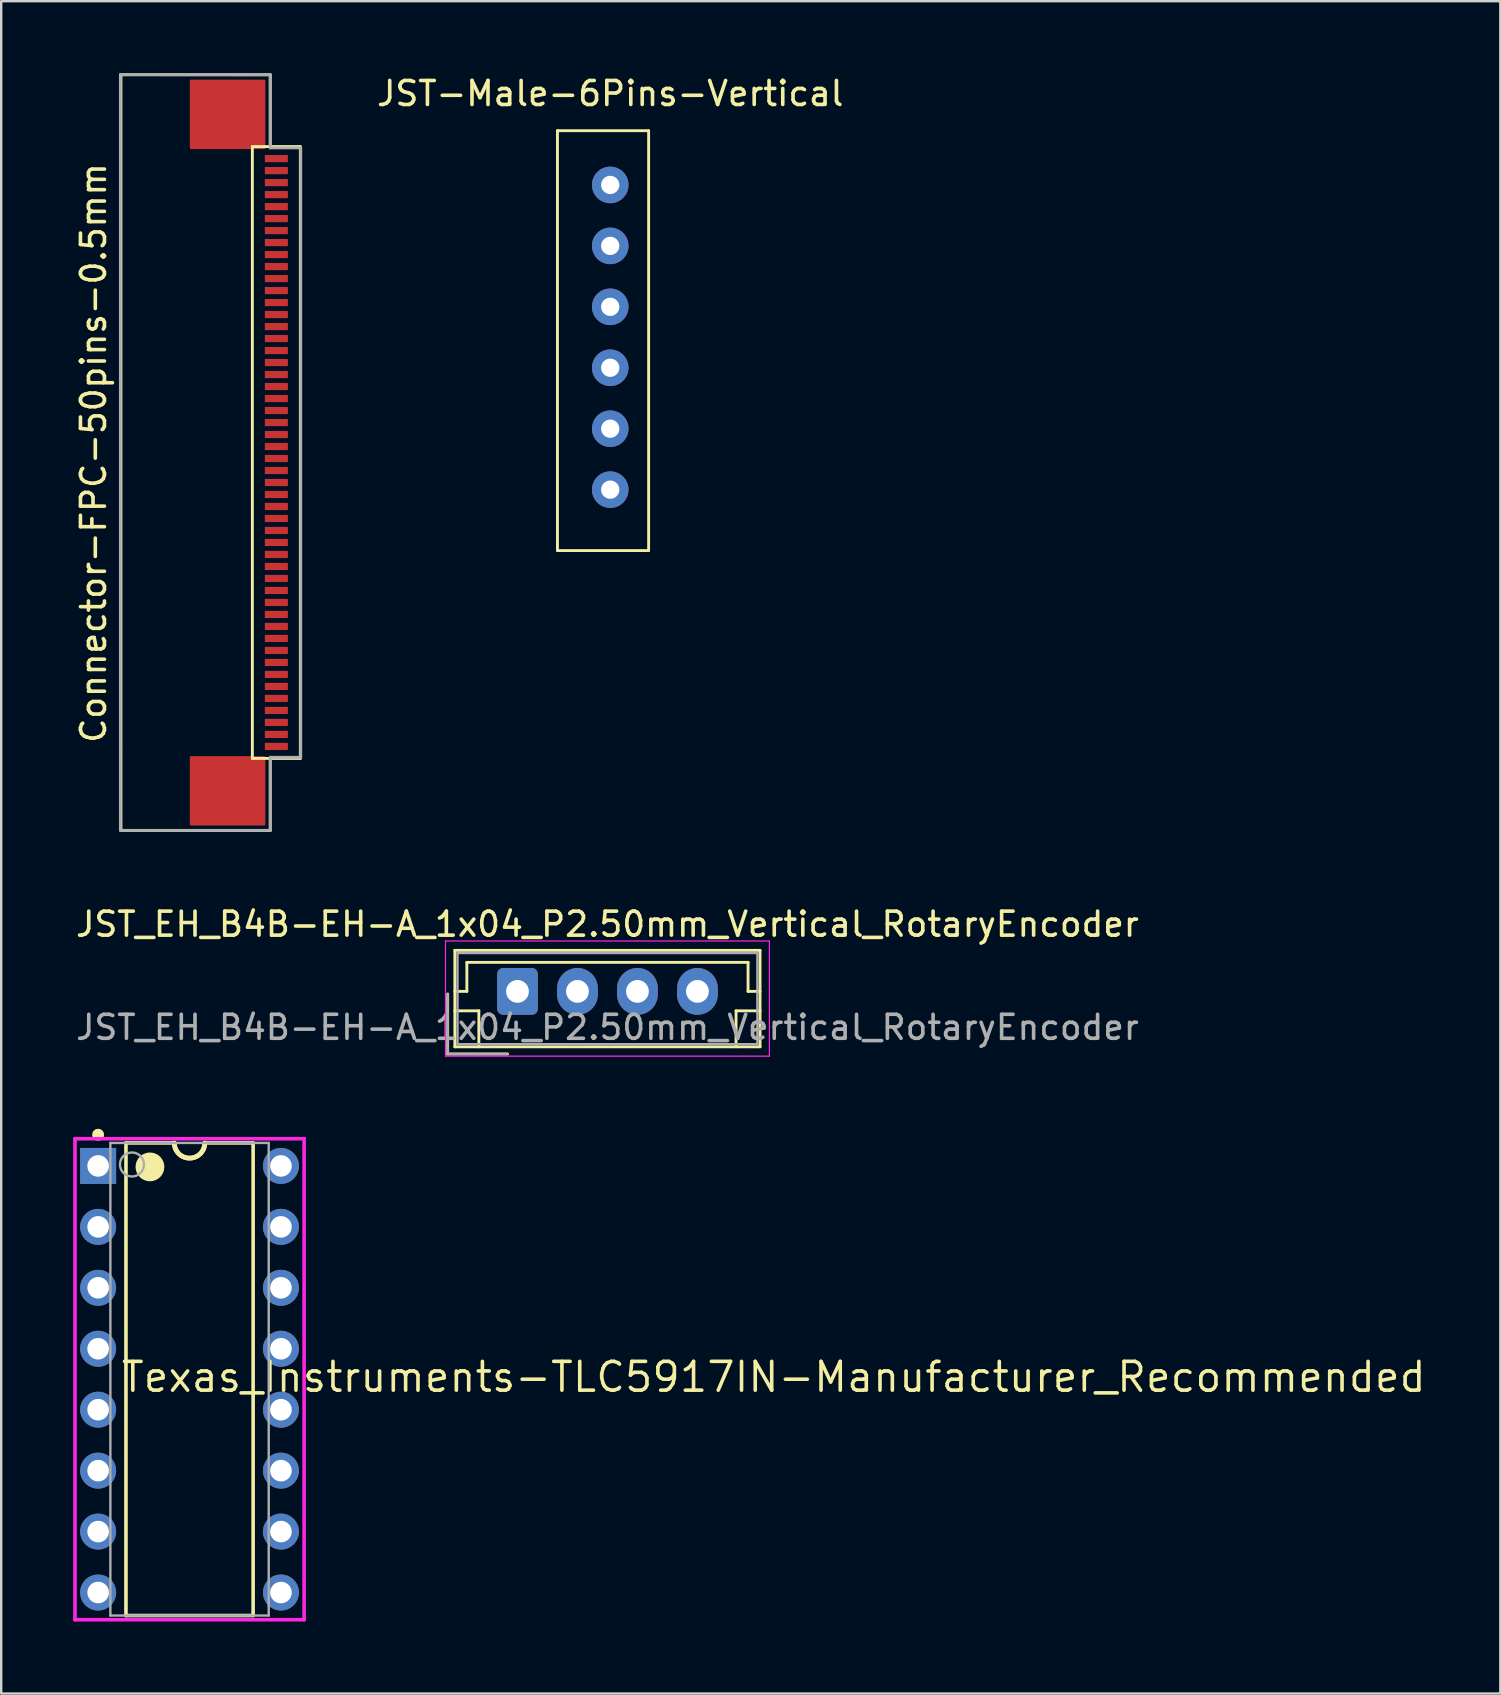
<source format=kicad_pcb>
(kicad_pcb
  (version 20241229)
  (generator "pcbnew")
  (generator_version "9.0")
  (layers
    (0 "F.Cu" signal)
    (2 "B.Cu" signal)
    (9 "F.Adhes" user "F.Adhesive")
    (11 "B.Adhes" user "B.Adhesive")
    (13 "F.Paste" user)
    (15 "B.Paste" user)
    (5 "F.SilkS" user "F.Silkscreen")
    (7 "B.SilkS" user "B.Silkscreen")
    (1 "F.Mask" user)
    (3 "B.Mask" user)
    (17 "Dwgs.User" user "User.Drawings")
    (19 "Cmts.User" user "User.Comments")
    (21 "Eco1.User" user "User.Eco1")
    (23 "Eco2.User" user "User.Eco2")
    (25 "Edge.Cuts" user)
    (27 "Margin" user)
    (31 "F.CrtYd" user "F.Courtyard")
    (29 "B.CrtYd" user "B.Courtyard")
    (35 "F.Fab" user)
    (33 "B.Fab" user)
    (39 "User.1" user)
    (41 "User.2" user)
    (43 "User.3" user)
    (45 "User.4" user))
  (footprint "Connector-FPC-50pins-0.5mm"
    (placed yes)
    (layer "F.Cu")
    (at 8.468 15.56)
    (property "Reference" "Connector-FPC-50pins-0.5mm" (at -7.62 0.27 270) (layer "F.SilkS") (effects (font (size 1 1) (thickness 0.15))))
    (attr through_hole)
    (fp_poly (pts (xy -0.508 -12.446) (xy -3.556 -12.446) (xy -3.556 -15.24) (xy -0.508 -15.24)) (stroke (width 0.1) (type solid)) (fill yes) (layer "F.Cu"))
    (fp_poly (pts (xy -0.508 15.748) (xy -3.556 15.748) (xy -3.556 12.954) (xy -0.508 12.954)) (stroke (width 0.1) (type solid)) (fill yes) (layer "F.Cu"))
    (fp_poly (pts (xy -0.508 -12.446) (xy -3.556 -12.446) (xy -3.556 -15.24) (xy -0.508 -15.24)) (stroke (width 0.1) (type solid)) (fill yes) (layer "F.Mask"))
    (fp_poly (pts (xy -0.508 15.748) (xy -3.556 15.748) (xy -3.556 12.954) (xy -0.508 12.954)) (stroke (width 0.1) (type solid)) (fill yes) (layer "F.Mask"))
    (fp_line (start -6.477 -15.494) (end -6.477 16.002) (stroke (width 0.12) (type solid)) (layer "F.SilkS"))
    (fp_line (start -6.477 16.002) (end -0.254 16.002) (stroke (width 0.12) (type solid)) (layer "F.SilkS"))
    (fp_line (start -1 -12.5) (end -1 13) (stroke (width 0.12) (type solid)) (layer "F.SilkS"))
    (fp_line (start -1 13) (end 1 13) (stroke (width 0.12) (type solid)) (layer "F.SilkS"))
    (fp_line (start -0.254 -15.494) (end -6.477 -15.494) (stroke (width 0.12) (type solid)) (layer "F.SilkS"))
    (fp_line (start -0.254 -12.573) (end -0.254 -15.494) (stroke (width 0.12) (type solid)) (layer "F.SilkS"))
    (fp_line (start -0.254 16.002) (end -0.254 13.081) (stroke (width 0.12) (type solid)) (layer "F.SilkS"))
    (fp_line (start 1 -12.5) (end -1 -12.5) (stroke (width 0.12) (type solid)) (layer "F.SilkS"))
    (fp_line (start 1 13) (end 1 -12.5) (stroke (width 0.12) (type solid)) (layer "F.SilkS"))
    (fp_poly (pts (xy -0.508 -12.446) (xy -3.556 -12.446) (xy -3.556 -15.24) (xy -0.508 -15.24)) (stroke (width 0.1) (type solid)) (fill yes) (layer "F.Paste"))
    (fp_poly (pts (xy -0.508 15.748) (xy -3.556 15.748) (xy -3.556 12.954) (xy -0.508 12.954)) (stroke (width 0.1) (type solid)) (fill yes) (layer "F.Paste"))
    (fp_line (start -6.5 -15.5) (end -6.5 12.5) (stroke (width 0.12) (type solid)) (layer "F.Fab"))
    (fp_line (start -6.5 12.5) (end -6.5 16) (stroke (width 0.12) (type solid)) (layer "F.Fab"))
    (fp_line (start -6.5 16) (end -0.254 16) (stroke (width 0.12) (type solid)) (layer "F.Fab"))
    (fp_line (start -0.254 -15.494) (end -6.5 -15.5) (stroke (width 0.12) (type solid)) (layer "F.Fab"))
    (fp_line (start -0.254 -12.446) (end -0.254 -15.494) (stroke (width 0.12) (type solid)) (layer "F.Fab"))
    (fp_line (start -0.254 -12.446) (end 1.016 -12.446) (stroke (width 0.12) (type solid)) (layer "F.Fab"))
    (fp_line (start -0.254 12.954) (end -0.254 16) (stroke (width 0.12) (type solid)) (layer "F.Fab"))
    (fp_line (start 1.016 -12.446) (end 1.016 12.954) (stroke (width 0.12) (type solid)) (layer "F.Fab"))
    (fp_line (start 1.016 12.954) (end -0.254 12.954) (stroke (width 0.12) (type solid)) (layer "F.Fab"))
    (pad "1" smd rect (at 0 -12) (size 0.96 0.3) (layers "F.Cu" "F.Mask" "F.Paste"))
    (pad "2" smd rect (at 0 -11.5) (size 0.96 0.3) (layers "F.Cu" "F.Mask" "F.Paste"))
    (pad "3" smd rect (at 0 -11) (size 0.96 0.3) (layers "F.Cu" "F.Mask" "F.Paste"))
    (pad "4" smd rect (at 0 -10.5) (size 0.96 0.3) (layers "F.Cu" "F.Mask" "F.Paste"))
    (pad "5" smd rect (at 0 -10) (size 0.96 0.3) (layers "F.Cu" "F.Mask" "F.Paste"))
    (pad "6" smd rect (at 0 -9.5) (size 0.96 0.3) (layers "F.Cu" "F.Mask" "F.Paste"))
    (pad "7" smd rect (at 0 -9) (size 0.96 0.3) (layers "F.Cu" "F.Mask" "F.Paste"))
    (pad "8" smd rect (at 0 -8.5) (size 0.96 0.3) (layers "F.Cu" "F.Mask" "F.Paste"))
    (pad "9" smd rect (at 0 -8) (size 0.96 0.3) (layers "F.Cu" "F.Mask" "F.Paste"))
    (pad "10" smd rect (at 0 -7.5) (size 0.96 0.3) (layers "F.Cu" "F.Mask" "F.Paste"))
    (pad "11" smd rect (at 0 -7) (size 0.96 0.3) (layers "F.Cu" "F.Mask" "F.Paste"))
    (pad "12" smd rect (at 0 -6.5) (size 0.96 0.3) (layers "F.Cu" "F.Mask" "F.Paste"))
    (pad "13" smd rect (at 0 -6) (size 0.96 0.3) (layers "F.Cu" "F.Mask" "F.Paste"))
    (pad "14" smd rect (at 0 -5.5) (size 0.96 0.3) (layers "F.Cu" "F.Mask" "F.Paste"))
    (pad "15" smd rect (at 0 -5) (size 0.96 0.3) (layers "F.Cu" "F.Mask" "F.Paste"))
    (pad "16" smd rect (at 0 -4.5) (size 0.96 0.3) (layers "F.Cu" "F.Mask" "F.Paste"))
    (pad "17" smd rect (at 0 -4) (size 0.96 0.3) (layers "F.Cu" "F.Mask" "F.Paste"))
    (pad "18" smd rect (at 0 -3.5) (size 0.96 0.3) (layers "F.Cu" "F.Mask" "F.Paste"))
    (pad "19" smd rect (at 0 -3) (size 0.96 0.3) (layers "F.Cu" "F.Mask" "F.Paste"))
    (pad "20" smd rect (at 0 -2.5) (size 0.96 0.3) (layers "F.Cu" "F.Mask" "F.Paste"))
    (pad "21" smd rect (at 0 -2) (size 0.96 0.3) (layers "F.Cu" "F.Mask" "F.Paste"))
    (pad "22" smd rect (at 0 -1.5) (size 0.96 0.3) (layers "F.Cu" "F.Mask" "F.Paste"))
    (pad "23" smd rect (at 0 -1) (size 0.96 0.3) (layers "F.Cu" "F.Mask" "F.Paste"))
    (pad "24" smd rect (at 0 -0.5) (size 0.96 0.3) (layers "F.Cu" "F.Mask" "F.Paste"))
    (pad "25" smd rect (at 0 0) (size 0.96 0.3) (layers "F.Cu" "F.Mask" "F.Paste"))
    (pad "26" smd rect (at 0 0.5) (size 0.96 0.3) (layers "F.Cu" "F.Mask" "F.Paste"))
    (pad "27" smd rect (at 0 1) (size 0.96 0.3) (layers "F.Cu" "F.Mask" "F.Paste"))
    (pad "28" smd rect (at 0 1.5) (size 0.96 0.3) (layers "F.Cu" "F.Mask" "F.Paste"))
    (pad "29" smd rect (at 0 2) (size 0.96 0.3) (layers "F.Cu" "F.Mask" "F.Paste"))
    (pad "30" smd rect (at 0 2.5) (size 0.96 0.3) (layers "F.Cu" "F.Mask" "F.Paste"))
    (pad "31" smd rect (at 0 3) (size 0.96 0.3) (layers "F.Cu" "F.Mask" "F.Paste"))
    (pad "32" smd rect (at 0 3.5) (size 0.96 0.3) (layers "F.Cu" "F.Mask" "F.Paste"))
    (pad "33" smd rect (at 0 4) (size 0.96 0.3) (layers "F.Cu" "F.Mask" "F.Paste"))
    (pad "34" smd rect (at 0 4.5) (size 0.96 0.3) (layers "F.Cu" "F.Mask" "F.Paste"))
    (pad "35" smd rect (at 0 5) (size 0.96 0.3) (layers "F.Cu" "F.Mask" "F.Paste"))
    (pad "36" smd rect (at 0 5.5) (size 0.96 0.3) (layers "F.Cu" "F.Mask" "F.Paste"))
    (pad "37" smd rect (at 0 6) (size 0.96 0.3) (layers "F.Cu" "F.Mask" "F.Paste"))
    (pad "38" smd rect (at 0 6.5) (size 0.96 0.3) (layers "F.Cu" "F.Mask" "F.Paste"))
    (pad "39" smd rect (at 0 7) (size 0.96 0.3) (layers "F.Cu" "F.Mask" "F.Paste"))
    (pad "40" smd rect (at 0 7.5) (size 0.96 0.3) (layers "F.Cu" "F.Mask" "F.Paste"))
    (pad "41" smd rect (at 0 8) (size 0.96 0.3) (layers "F.Cu" "F.Mask" "F.Paste"))
    (pad "42" smd rect (at 0 8.5) (size 0.96 0.3) (layers "F.Cu" "F.Mask" "F.Paste"))
    (pad "43" smd rect (at 0 9) (size 0.96 0.3) (layers "F.Cu" "F.Mask" "F.Paste"))
    (pad "44" smd rect (at 0 9.5) (size 0.96 0.3) (layers "F.Cu" "F.Mask" "F.Paste"))
    (pad "45" smd rect (at 0 10) (size 0.96 0.3) (layers "F.Cu" "F.Mask" "F.Paste"))
    (pad "46" smd rect (at 0 10.5) (size 0.96 0.3) (layers "F.Cu" "F.Mask" "F.Paste"))
    (pad "47" smd rect (at 0 11) (size 0.96 0.3) (layers "F.Cu" "F.Mask" "F.Paste"))
    (pad "48" smd rect (at 0 11.5) (size 0.96 0.3) (layers "F.Cu" "F.Mask" "F.Paste"))
    (pad "49" smd rect (at 0 12) (size 0.96 0.3) (layers "F.Cu" "F.Mask" "F.Paste"))
    (pad "50" smd rect (at 0 12.5) (size 0.96 0.3) (layers "F.Cu" "F.Mask" "F.Paste")))
  (footprint "Texas_Instruments-TLC5917IN-Manufacturer_Recommended"
    (layer "F.Cu")
    (at 4.85 54.435)
    (property "Reference" "Texas_Instruments-TLC5917IN-Manufacturer_Recommended" (at -2.921 -0.092 0) (layer "F.SilkS") (effects (font (size 1.2 1.2) (thickness 0.15)) (justify left)))
    (attr through_hole)
    (fp_line (start -2.65 -9.85) (end -0.635 -9.85) (stroke (width 0.15) (type solid)) (layer "F.SilkS"))
    (fp_line (start -2.65 9.85) (end -2.65 -9.85) (stroke (width 0.15) (type solid)) (layer "F.SilkS"))
    (fp_line (start -2.65 9.85) (end 2.65 9.85) (stroke (width 0.15) (type solid)) (layer "F.SilkS"))
    (fp_line (start -0.635 -9.85) (end -0.627 -9.751) (stroke (width 0.2) (type solid)) (layer "F.SilkS"))
    (fp_line (start -0.627 -9.751) (end -0.604 -9.654) (stroke (width 0.2) (type solid)) (layer "F.SilkS"))
    (fp_line (start -0.604 -9.654) (end -0.566 -9.562) (stroke (width 0.2) (type solid)) (layer "F.SilkS"))
    (fp_line (start -0.566 -9.562) (end -0.514 -9.477) (stroke (width 0.2) (type solid)) (layer "F.SilkS"))
    (fp_line (start -0.514 -9.477) (end -0.449 -9.401) (stroke (width 0.2) (type solid)) (layer "F.SilkS"))
    (fp_line (start -0.449 -9.401) (end -0.373 -9.336) (stroke (width 0.2) (type solid)) (layer "F.SilkS"))
    (fp_line (start -0.373 -9.336) (end -0.288 -9.284) (stroke (width 0.2) (type solid)) (layer "F.SilkS"))
    (fp_line (start -0.288 -9.284) (end -0.196 -9.246) (stroke (width 0.2) (type solid)) (layer "F.SilkS"))
    (fp_line (start -0.196 -9.246) (end -0.099 -9.223) (stroke (width 0.2) (type solid)) (layer "F.SilkS"))
    (fp_line (start -0.099 -9.223) (end 0 -9.215) (stroke (width 0.2) (type solid)) (layer "F.SilkS"))
    (fp_line (start 0 -9.215) (end 0.099 -9.223) (stroke (width 0.2) (type solid)) (layer "F.SilkS"))
    (fp_line (start 0.099 -9.223) (end 0.196 -9.246) (stroke (width 0.2) (type solid)) (layer "F.SilkS"))
    (fp_line (start 0.196 -9.246) (end 0.288 -9.284) (stroke (width 0.2) (type solid)) (layer "F.SilkS"))
    (fp_line (start 0.288 -9.284) (end 0.373 -9.336) (stroke (width 0.2) (type solid)) (layer "F.SilkS"))
    (fp_line (start 0.373 -9.336) (end 0.449 -9.401) (stroke (width 0.2) (type solid)) (layer "F.SilkS"))
    (fp_line (start 0.449 -9.401) (end 0.514 -9.477) (stroke (width 0.2) (type solid)) (layer "F.SilkS"))
    (fp_line (start 0.514 -9.477) (end 0.566 -9.562) (stroke (width 0.2) (type solid)) (layer "F.SilkS"))
    (fp_line (start 0.566 -9.562) (end 0.604 -9.654) (stroke (width 0.2) (type solid)) (layer "F.SilkS"))
    (fp_line (start 0.604 -9.654) (end 0.627 -9.751) (stroke (width 0.2) (type solid)) (layer "F.SilkS"))
    (fp_line (start 0.627 -9.751) (end 0.635 -9.85) (stroke (width 0.2) (type solid)) (layer "F.SilkS"))
    (fp_line (start 0.635 -9.85) (end 2.65 -9.85) (stroke (width 0.15) (type solid)) (layer "F.SilkS"))
    (fp_line (start 2.65 9.85) (end 2.65 -9.85) (stroke (width 0.15) (type solid)) (layer "F.SilkS"))
    (fp_circle (center -3.81 -10.19) (end -3.685 -10.19) (stroke (width 0.25) (type solid)) (fill no) (layer "F.SilkS"))
    (fp_circle (center -1.65 -8.85) (end -1.35 -8.85) (stroke (width 0.6) (type solid)) (fill no) (layer "F.SilkS"))
    (fp_line (start -4.775 -10.025) (end -4.775 10.025) (stroke (width 0.15) (type solid)) (layer "F.CrtYd"))
    (fp_line (start -4.775 10.025) (end 4.775 10.025) (stroke (width 0.15) (type solid)) (layer "F.CrtYd"))
    (fp_line (start 4.775 -10.025) (end -4.775 -10.025) (stroke (width 0.15) (type solid)) (layer "F.CrtYd"))
    (fp_line (start 4.775 -10.025) (end 4.775 -10.025) (stroke (width 0.15) (type solid)) (layer "F.CrtYd"))
    (fp_line (start 4.775 10.025) (end 4.775 -10.025) (stroke (width 0.15) (type solid)) (layer "F.CrtYd"))
    (fp_line (start -3.3 -9.85) (end 3.3 -9.85) (stroke (width 0.1) (type solid)) (layer "F.Fab"))
    (fp_line (start -3.3 9.85) (end -3.3 -9.85) (stroke (width 0.1) (type solid)) (layer "F.Fab"))
    (fp_line (start -3.3 9.85) (end 3.3 9.85) (stroke (width 0.1) (type solid)) (layer "F.Fab"))
    (fp_line (start 3.3 9.85) (end 3.3 -9.85) (stroke (width 0.1) (type solid)) (layer "F.Fab"))
    (fp_circle (center -2.4 -8.95) (end -1.9 -8.95) (stroke (width 0.1) (type solid)) (fill no) (layer "F.Fab"))
    (pad "1" thru_hole rect (at -3.81 -8.89) (size 1.5 1.5) (drill 0.9) (layers "*.Cu" "*.Mask"))
    (pad "2" thru_hole circle (at -3.81 -6.35) (size 1.5 1.5) (drill 0.9) (layers "*.Cu" "*.Mask"))
    (pad "3" thru_hole circle (at -3.81 -3.81) (size 1.5 1.5) (drill 0.9) (layers "*.Cu" "*.Mask"))
    (pad "4" thru_hole circle (at -3.81 -1.27) (size 1.5 1.5) (drill 0.9) (layers "*.Cu" "*.Mask"))
    (pad "5" thru_hole circle (at -3.81 1.27) (size 1.5 1.5) (drill 0.9) (layers "*.Cu" "*.Mask"))
    (pad "6" thru_hole circle (at -3.81 3.81) (size 1.5 1.5) (drill 0.9) (layers "*.Cu" "*.Mask"))
    (pad "7" thru_hole circle (at -3.81 6.35) (size 1.5 1.5) (drill 0.9) (layers "*.Cu" "*.Mask"))
    (pad "8" thru_hole circle (at -3.81 8.89) (size 1.5 1.5) (drill 0.9) (layers "*.Cu" "*.Mask"))
    (pad "9" thru_hole circle (at 3.81 8.89) (size 1.5 1.5) (drill 0.9) (layers "*.Cu" "*.Mask"))
    (pad "10" thru_hole circle (at 3.81 6.35) (size 1.5 1.5) (drill 0.9) (layers "*.Cu" "*.Mask"))
    (pad "11" thru_hole circle (at 3.81 3.81) (size 1.5 1.5) (drill 0.9) (layers "*.Cu" "*.Mask"))
    (pad "12" thru_hole circle (at 3.81 1.27) (size 1.5 1.5) (drill 0.9) (layers "*.Cu" "*.Mask"))
    (pad "13" thru_hole circle (at 3.81 -1.27) (size 1.5 1.5) (drill 0.9) (layers "*.Cu" "*.Mask"))
    (pad "14" thru_hole circle (at 3.81 -3.81) (size 1.5 1.5) (drill 0.9) (layers "*.Cu" "*.Mask"))
    (pad "15" thru_hole circle (at 3.81 -6.35) (size 1.5 1.5) (drill 0.9) (layers "*.Cu" "*.Mask"))
    (pad "16" thru_hole circle (at 3.81 -8.89) (size 1.5 1.5) (drill 0.9) (layers "*.Cu" "*.Mask")))
  (footprint "JST_EH_B4B-EH-A_1x04_P2.50mm_Vertical_RotaryEncoder"
    (layer "F.Cu")
    (at 18.518 38.27)
    (property "Reference" "JST_EH_B4B-EH-A_1x04_P2.50mm_Vertical_RotaryEncoder" (at 3.75 -2.8 0) (layer "F.SilkS") (effects (font (size 1 1) (thickness 0.15))))
    (attr through_hole)
    (fp_line (start -2.91 0.11) (end -2.91 2.61) (stroke (width 0.12) (type solid)) (layer "F.SilkS"))
    (fp_line (start -2.91 2.61) (end -0.41 2.61) (stroke (width 0.12) (type solid)) (layer "F.SilkS"))
    (fp_line (start -2.61 -1.71) (end -2.61 2.31) (stroke (width 0.12) (type solid)) (layer "F.SilkS"))
    (fp_line (start -2.61 0) (end -2.11 0) (stroke (width 0.12) (type solid)) (layer "F.SilkS"))
    (fp_line (start -2.61 0.81) (end -1.61 0.81) (stroke (width 0.12) (type solid)) (layer "F.SilkS"))
    (fp_line (start -2.61 2.31) (end 10.11 2.31) (stroke (width 0.12) (type solid)) (layer "F.SilkS"))
    (fp_line (start -2.11 -1.21) (end 9.61 -1.21) (stroke (width 0.12) (type solid)) (layer "F.SilkS"))
    (fp_line (start -2.11 0) (end -2.11 -1.21) (stroke (width 0.12) (type solid)) (layer "F.SilkS"))
    (fp_line (start -1.61 0.81) (end -1.61 2.31) (stroke (width 0.12) (type solid)) (layer "F.SilkS"))
    (fp_line (start 9.11 0.81) (end 9.11 2.31) (stroke (width 0.12) (type solid)) (layer "F.SilkS"))
    (fp_line (start 9.61 -1.21) (end 9.61 0) (stroke (width 0.12) (type solid)) (layer "F.SilkS"))
    (fp_line (start 9.61 0) (end 10.11 0) (stroke (width 0.12) (type solid)) (layer "F.SilkS"))
    (fp_line (start 10.11 -1.71) (end -2.61 -1.71) (stroke (width 0.12) (type solid)) (layer "F.SilkS"))
    (fp_line (start 10.11 0.81) (end 9.11 0.81) (stroke (width 0.12) (type solid)) (layer "F.SilkS"))
    (fp_line (start 10.11 2.31) (end 10.11 -1.71) (stroke (width 0.12) (type solid)) (layer "F.SilkS"))
    (fp_line (start -3 -2.1) (end -3 2.7) (stroke (width 0.05) (type solid)) (layer "F.CrtYd"))
    (fp_line (start -3 2.7) (end 10.5 2.7) (stroke (width 0.05) (type solid)) (layer "F.CrtYd"))
    (fp_line (start 10.5 -2.1) (end -3 -2.1) (stroke (width 0.05) (type solid)) (layer "F.CrtYd"))
    (fp_line (start 10.5 2.7) (end 10.5 -2.1) (stroke (width 0.05) (type solid)) (layer "F.CrtYd"))
    (fp_line (start -2.91 0.11) (end -2.91 2.61) (stroke (width 0.1) (type solid)) (layer "F.Fab"))
    (fp_line (start -2.91 2.61) (end -0.41 2.61) (stroke (width 0.1) (type solid)) (layer "F.Fab"))
    (fp_line (start -2.5 -1.6) (end -2.5 2.2) (stroke (width 0.1) (type solid)) (layer "F.Fab"))
    (fp_line (start -2.5 2.2) (end 10 2.2) (stroke (width 0.1) (type solid)) (layer "F.Fab"))
    (fp_line (start 10 -1.6) (end -2.5 -1.6) (stroke (width 0.1) (type solid)) (layer "F.Fab"))
    (fp_line (start 10 2.2) (end 10 -1.6) (stroke (width 0.1) (type solid)) (layer "F.Fab"))
    (fp_text user "${REFERENCE}" (at 3.75 1.5 0) (layer "F.Fab") (effects (font (size 1 1) (thickness 0.15))))
    (pad "1" thru_hole roundrect (at 0 0) (size 1.7 1.95) (drill 0.95) (layers "*.Cu" "*.Mask") (roundrect_rratio 0.147))
    (pad "A" thru_hole oval (at 2.5 0) (size 1.7 1.95) (drill 0.95) (layers "*.Cu" "*.Mask"))
    (pad "B" thru_hole oval (at 5 0) (size 1.7 1.95) (drill 0.95) (layers "*.Cu" "*.Mask"))
    (pad "C" thru_hole oval (at 7.5 0) (size 1.7 1.95) (drill 0.95) (layers "*.Cu" "*.Mask")))
  (footprint "JST-Male-6Pins-Vertical"
    (layer "F.Cu")
    (at 22.384 11.008)
    (property "Reference" "JST-Male-6Pins-Vertical" (at 0 -10.16 0) (layer "F.SilkS") (effects (font (size 1 1) (thickness 0.15))))
    (attr through_hole)
    (fp_line (start -2.2 -8.61) (end -2.2 8.89) (stroke (width 0.12) (type solid)) (layer "F.SilkS"))
    (fp_line (start -2.2 -8.61) (end 1.6 -8.61) (stroke (width 0.12) (type solid)) (layer "F.SilkS"))
    (fp_line (start 1.6 -8.61) (end 1.6 8.89) (stroke (width 0.12) (type solid)) (layer "F.SilkS"))
    (fp_line (start 1.6 8.89) (end -2.2 8.89) (stroke (width 0.12) (type solid)) (layer "F.SilkS"))
    (pad "1" thru_hole circle (at 0 1.27) (size 1.524 1.524) (drill 0.762) (layers "*.Cu" "*.Mask"))
    (pad "2" thru_hole circle (at 0 3.81) (size 1.524 1.524) (drill 0.762) (layers "*.Cu" "*.Mask"))
    (pad "3" thru_hole circle (at 0 6.35) (size 1.524 1.524) (drill 0.762) (layers "*.Cu" "*.Mask"))
    (pad "4" thru_hole circle (at 0 -1.27) (size 1.524 1.524) (drill 0.762) (layers "*.Cu" "*.Mask"))
    (pad "5" thru_hole circle (at 0 -3.81) (size 1.524 1.524) (drill 0.762) (layers "*.Cu" "*.Mask"))
    (pad "6" thru_hole circle (at 0 -6.35) (size 1.524 1.524) (drill 0.762) (layers "*.Cu" "*.Mask")))
  (gr_rect
    (start -3 -3)
    (end 59.482 67.535)
    (stroke (width 0.1) (type default))
    (fill no)
    (layer "Edge.Cuts")))
</source>
